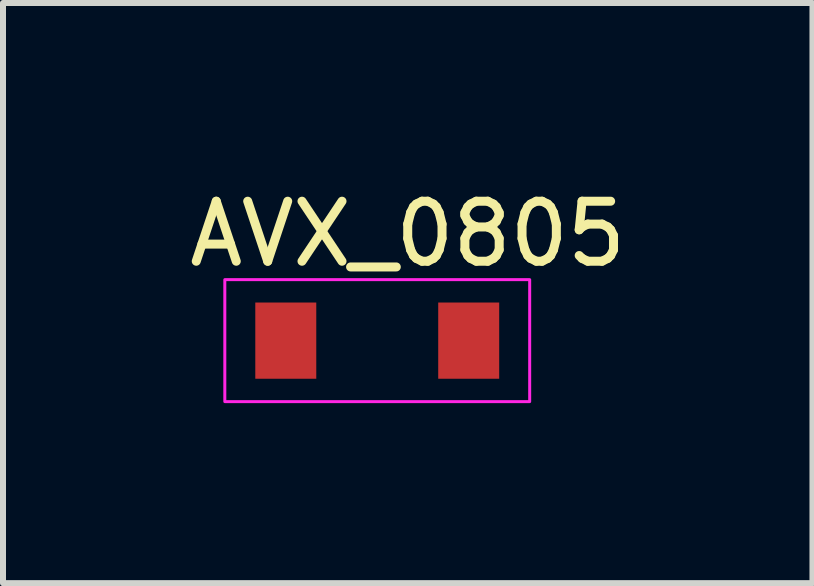
<source format=kicad_pcb>
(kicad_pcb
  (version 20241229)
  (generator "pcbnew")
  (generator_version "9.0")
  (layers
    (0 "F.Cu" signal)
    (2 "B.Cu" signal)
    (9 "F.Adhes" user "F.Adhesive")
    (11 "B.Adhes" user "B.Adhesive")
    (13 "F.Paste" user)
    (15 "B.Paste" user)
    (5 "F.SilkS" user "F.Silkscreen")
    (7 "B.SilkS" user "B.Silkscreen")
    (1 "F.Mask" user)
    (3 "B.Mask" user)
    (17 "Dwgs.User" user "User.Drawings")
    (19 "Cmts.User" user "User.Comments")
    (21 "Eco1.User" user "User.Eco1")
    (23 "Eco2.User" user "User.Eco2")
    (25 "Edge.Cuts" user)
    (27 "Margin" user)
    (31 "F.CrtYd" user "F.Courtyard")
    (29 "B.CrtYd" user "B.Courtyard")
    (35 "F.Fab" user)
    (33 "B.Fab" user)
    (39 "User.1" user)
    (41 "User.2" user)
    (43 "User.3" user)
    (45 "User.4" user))
  (footprint "AVX_0805"
    (layer "F.Cu")
    (at 1.712 2.626)
    (property "Reference" "AVX_0805" (at 2.032 -1.778 0) (unlocked yes) (layer "F.SilkS") (effects (font (size 1 1) (thickness 0.15))))
    (attr smd)
    (fp_rect (start 4.064 -1.016) (end -1.016 1.016) (stroke (width 0.05) (type solid)) (fill no) (layer "F.CrtYd"))
    (pad "1" smd rect (at 0 0) (size 1.016 1.27) (layers "F.Cu" "F.Mask" "F.Paste"))
    (pad "2" smd rect (at 3.048 0) (size 1.016 1.27) (layers "F.Cu" "F.Mask" "F.Paste")))
  (gr_rect
    (start -3 -3)
    (end 10.488 6.667)
    (stroke (width 0.1) (type default))
    (fill no)
    (layer "Edge.Cuts")))
</source>
